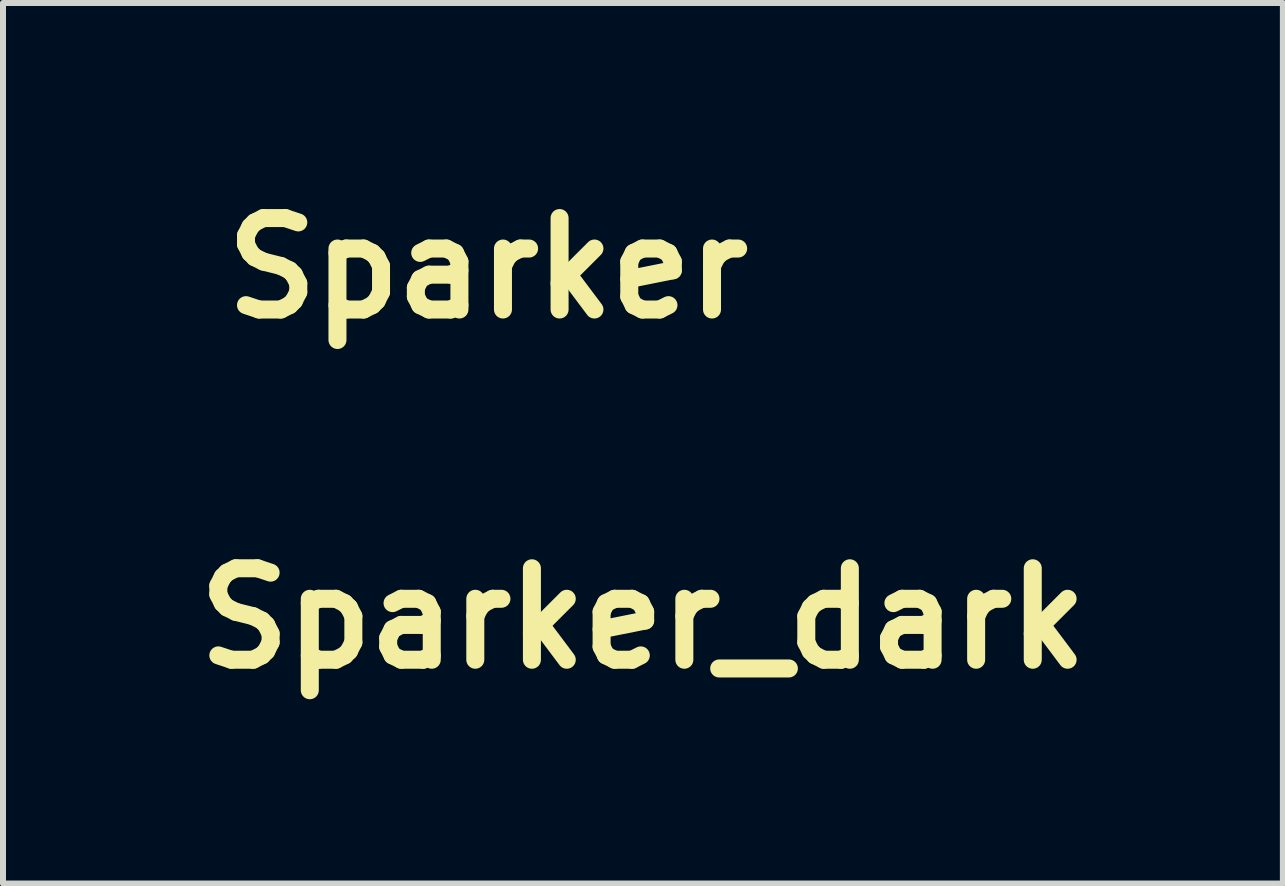
<source format=kicad_pcb>
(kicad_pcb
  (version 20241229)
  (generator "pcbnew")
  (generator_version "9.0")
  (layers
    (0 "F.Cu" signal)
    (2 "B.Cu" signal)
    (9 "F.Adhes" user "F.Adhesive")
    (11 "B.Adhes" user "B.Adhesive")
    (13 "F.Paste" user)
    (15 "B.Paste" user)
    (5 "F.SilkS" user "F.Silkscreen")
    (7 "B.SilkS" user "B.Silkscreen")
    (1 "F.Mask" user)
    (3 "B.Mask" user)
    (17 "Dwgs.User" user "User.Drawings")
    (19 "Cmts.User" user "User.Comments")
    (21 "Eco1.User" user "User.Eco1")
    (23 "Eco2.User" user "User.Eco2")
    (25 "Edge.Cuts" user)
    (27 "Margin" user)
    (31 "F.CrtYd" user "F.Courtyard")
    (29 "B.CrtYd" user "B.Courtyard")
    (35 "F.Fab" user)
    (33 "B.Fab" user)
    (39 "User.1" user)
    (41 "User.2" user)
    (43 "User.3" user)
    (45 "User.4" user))
  (footprint "Sparker"
    (layer "F.Cu")
    (at 5.077 1.418)
    (property "Reference" "Sparker" (at 0 0 0) (layer "F.SilkS") (effects (font (size 1.524 1.524) (thickness 0.3))))
    (attr through_hole)
    (fp_poly (pts (xy 3.403 -0.834) (xy 3.587 -0.8) (xy 3.641 -0.762) (xy 3.565 -0.714) (xy 3.37 -0.683) (xy 3.217 -0.677) (xy 2.967 -0.672) (xy 2.842 -0.638) (xy 2.799 -0.549) (xy 2.794 -0.423) (xy 2.807 -0.26) (xy 2.88 -0.188) (xy 3.06 -0.17) (xy 3.133 -0.169) (xy 3.345 -0.151) (xy 3.463 -0.104) (xy 3.471 -0.085) (xy 3.396 -0.032) (xy 3.209 -0.002) (xy 3.133 0) (xy 2.916 0.009) (xy 2.819 0.064) (xy 2.795 0.209) (xy 2.794 0.296) (xy 2.794 0.593) (xy 3.26 0.593) (xy 3.515 0.607) (xy 3.684 0.642) (xy 3.725 0.677) (xy 3.648 0.722) (xy 3.442 0.752) (xy 3.175 0.762) (xy 2.625 0.762) (xy 2.625 -0.847) (xy 3.133 -0.847) (xy 3.403 -0.834)) (stroke (width 0.01) (type solid)) (fill no) (layer "Eco2.User"))
    (fp_poly (pts (xy -2.774 -0.799) (xy -2.526 -0.671) (xy -2.387 -0.491) (xy -2.371 -0.4) (xy -2.448 -0.172) (xy -2.651 0.018) (xy -2.936 0.132) (xy -2.968 0.138) (xy -3.183 0.184) (xy -3.278 0.264) (xy -3.302 0.426) (xy -3.302 0.476) (xy -3.324 0.668) (xy -3.378 0.76) (xy -3.387 0.762) (xy -3.427 0.682) (xy -3.455 0.458) (xy -3.47 0.118) (xy -3.471 -0.042) (xy -3.471 -0.344) (xy -3.302 -0.344) (xy -3.292 -0.124) (xy -3.239 -0.026) (xy -3.11 -0.001) (xy -3.058 0) (xy -2.845 -0.04) (xy -2.713 -0.122) (xy -2.643 -0.3) (xy -2.639 -0.44) (xy -2.692 -0.576) (xy -2.832 -0.641) (xy -2.985 -0.661) (xy -3.302 -0.688) (xy -3.302 -0.344) (xy -3.471 -0.344) (xy -3.471 -0.847) (xy -3.09 -0.847) (xy -2.774 -0.799)) (stroke (width 0.01) (type solid)) (fill no) (layer "Eco2.User"))
    (fp_poly (pts (xy -4.239 -0.81) (xy -4.198 -0.795) (xy -4.073 -0.723) (xy -4.108 -0.67) (xy -4.297 -0.64) (xy -4.464 -0.635) (xy -4.723 -0.62) (xy -4.854 -0.567) (xy -4.894 -0.488) (xy -4.862 -0.378) (xy -4.708 -0.26) (xy -4.451 -0.133) (xy -4.179 -0.001) (xy -4.035 0.111) (xy -3.982 0.232) (xy -3.979 0.281) (xy -4.026 0.482) (xy -4.099 0.586) (xy -4.287 0.671) (xy -4.558 0.722) (xy -4.827 0.726) (xy -4.932 0.707) (xy -5.072 0.644) (xy -5.065 0.591) (xy -4.934 0.562) (xy -4.717 0.57) (xy -4.445 0.577) (xy -4.281 0.514) (xy -4.238 0.471) (xy -4.174 0.362) (xy -4.202 0.263) (xy -4.341 0.152) (xy -4.613 0.003) (xy -4.662 -0.022) (xy -4.942 -0.209) (xy -5.064 -0.401) (xy -5.024 -0.588) (xy -4.897 -0.711) (xy -4.58 -0.836) (xy -4.239 -0.81)) (stroke (width 0.01) (type solid)) (fill no) (layer "Eco2.User"))
    (fp_poly (pts (xy 2.066 -0.793) (xy 1.978 -0.661) (xy 1.938 -0.614) (xy 1.715 -0.363) (xy 1.599 -0.192) (xy 1.585 -0.053) (xy 1.67 0.103) (xy 1.85 0.324) (xy 1.861 0.337) (xy 2.053 0.587) (xy 2.127 0.724) (xy 2.092 0.747) (xy 1.959 0.653) (xy 1.738 0.439) (xy 1.684 0.381) (xy 1.488 0.18) (xy 1.331 0.042) (xy 1.259 0) (xy 1.215 0.076) (xy 1.189 0.267) (xy 1.185 0.381) (xy 1.169 0.608) (xy 1.126 0.745) (xy 1.101 0.762) (xy 1.061 0.682) (xy 1.032 0.458) (xy 1.017 0.118) (xy 1.016 -0.042) (xy 1.024 -0.422) (xy 1.048 -0.694) (xy 1.084 -0.834) (xy 1.101 -0.847) (xy 1.151 -0.771) (xy 1.181 -0.58) (xy 1.185 -0.466) (xy 1.196 -0.238) (xy 1.222 -0.102) (xy 1.238 -0.085) (xy 1.318 -0.143) (xy 1.471 -0.295) (xy 1.626 -0.466) (xy 1.82 -0.669) (xy 1.979 -0.807) (xy 2.055 -0.847) (xy 2.066 -0.793)) (stroke (width 0.01) (type solid)) (fill no) (layer "Eco2.User"))
    (fp_poly (pts (xy -1.402 -0.775) (xy -1.299 -0.592) (xy -1.255 -0.487) (xy -1.141 -0.189) (xy -1.005 0.158) (xy -0.942 0.318) (xy -0.847 0.577) (xy -0.824 0.716) (xy -0.868 0.761) (xy -0.881 0.762) (xy -0.987 0.69) (xy -1.051 0.55) (xy -1.102 0.422) (xy -1.203 0.36) (xy -1.405 0.34) (xy -1.516 0.339) (xy -1.769 0.348) (xy -1.902 0.392) (xy -1.966 0.493) (xy -1.982 0.55) (xy -2.053 0.709) (xy -2.127 0.762) (xy -2.186 0.703) (xy -2.177 0.656) (xy -2.127 0.533) (xy -2.033 0.296) (xy -1.953 0.092) (xy -1.759 0.092) (xy -1.673 0.156) (xy -1.486 0.169) (xy -1.194 0.169) (xy -1.306 -0.106) (xy -1.395 -0.331) (xy -1.459 -0.501) (xy -1.461 -0.508) (xy -1.517 -0.535) (xy -1.607 -0.397) (xy -1.642 -0.32) (xy -1.745 -0.056) (xy -1.759 0.092) (xy -1.953 0.092) (xy -1.911 -0.014) (xy -1.858 -0.148) (xy -1.725 -0.459) (xy -1.603 -0.699) (xy -1.512 -0.832) (xy -1.487 -0.847) (xy -1.402 -0.775)) (stroke (width 0.01) (type solid)) (fill no) (layer "Eco2.User"))
    (fp_poly (pts (xy 4.704 -0.822) (xy 4.908 -0.763) (xy 4.916 -0.759) (xy 5.046 -0.605) (xy 5.074 -0.379) (xy 4.997 -0.147) (xy 4.942 -0.072) (xy 4.865 0.034) (xy 4.869 0.137) (xy 4.966 0.293) (xy 5.035 0.385) (xy 5.183 0.61) (xy 5.215 0.725) (xy 5.146 0.726) (xy 4.994 0.607) (xy 4.84 0.443) (xy 4.607 0.198) (xy 4.45 0.099) (xy 4.357 0.146) (xy 4.32 0.338) (xy 4.318 0.423) (xy 4.299 0.635) (xy 4.252 0.753) (xy 4.233 0.762) (xy 4.193 0.682) (xy 4.165 0.458) (xy 4.15 0.118) (xy 4.149 -0.042) (xy 4.149 -0.375) (xy 4.318 -0.375) (xy 4.33 -0.176) (xy 4.392 -0.099) (xy 4.541 -0.1) (xy 4.542 -0.1) (xy 4.743 -0.169) (xy 4.852 -0.264) (xy 4.906 -0.464) (xy 4.814 -0.613) (xy 4.598 -0.677) (xy 4.575 -0.677) (xy 4.403 -0.662) (xy 4.332 -0.58) (xy 4.318 -0.382) (xy 4.318 -0.375) (xy 4.149 -0.375) (xy 4.149 -0.847) (xy 4.451 -0.847) (xy 4.704 -0.822)) (stroke (width 0.01) (type solid)) (fill no) (layer "Eco2.User"))
    (fp_poly (pts (xy 0.1 -0.825) (xy 0.314 -0.773) (xy 0.344 -0.759) (xy 0.477 -0.605) (xy 0.497 -0.39) (xy 0.405 -0.176) (xy 0.343 -0.111) (xy 0.25 -0.019) (xy 0.237 0.067) (xy 0.314 0.198) (xy 0.428 0.345) (xy 0.6 0.573) (xy 0.667 0.701) (xy 0.637 0.753) (xy 0.572 0.759) (xy 0.465 0.692) (xy 0.313 0.527) (xy 0.234 0.42) (xy 0.043 0.198) (xy -0.131 0.09) (xy -0.169 0.085) (xy -0.28 0.113) (xy -0.329 0.227) (xy -0.339 0.423) (xy -0.357 0.635) (xy -0.404 0.753) (xy -0.423 0.762) (xy -0.463 0.682) (xy -0.492 0.458) (xy -0.507 0.118) (xy -0.508 -0.042) (xy -0.508 -0.376) (xy -0.339 -0.376) (xy -0.327 -0.176) (xy -0.263 -0.099) (xy -0.101 -0.098) (xy -0.072 -0.1) (xy 0.143 -0.16) (xy 0.28 -0.264) (xy 0.337 -0.463) (xy 0.245 -0.608) (xy 0.022 -0.675) (xy -0.04 -0.677) (xy -0.239 -0.665) (xy -0.321 -0.593) (xy -0.339 -0.41) (xy -0.339 -0.376) (xy -0.508 -0.376) (xy -0.508 -0.847) (xy -0.164 -0.847) (xy 0.1 -0.825)) (stroke (width 0.01) (type solid)) (fill no) (layer "Eco2.User")))
  (footprint "Sparker_dark"
    (layer "F.Cu")
    (at 7.664 7.254)
    (property "Reference" "Sparker_dark" (at 0 0 0) (layer "F.SilkS") (effects (font (size 1.524 1.524) (thickness 0.3))))
    (attr through_hole)
    (fp_poly (pts (xy -2.808 -0.64) (xy -2.656 -0.521) (xy -2.625 -0.375) (xy -2.7 -0.172) (xy -2.901 -0.037) (xy -3.127 0) (xy -3.241 -0.027) (xy -3.292 -0.136) (xy -3.302 -0.339) (xy -3.29 -0.557) (xy -3.235 -0.654) (xy -3.109 -0.677) (xy -3.097 -0.677) (xy -2.808 -0.64)) (stroke (width 0.01) (type solid)) (fill no) (layer "Eco2.User"))
    (fp_poly (pts (xy -1.406 -0.317) (xy -1.372 -0.227) (xy -1.294 0.008) (xy -1.293 0.125) (xy -1.385 0.165) (xy -1.533 0.169) (xy -1.712 0.151) (xy -1.757 0.081) (xy -1.744 0.034) (xy -1.682 -0.155) (xy -1.641 -0.304) (xy -1.575 -0.473) (xy -1.498 -0.478) (xy -1.406 -0.317)) (stroke (width 0.01) (type solid)) (fill no) (layer "Eco2.User"))
    (fp_poly (pts (xy 0.145 -0.629) (xy 0.299 -0.513) (xy 0.339 -0.412) (xy 0.27 -0.281) (xy 0.111 -0.154) (xy -0.065 -0.086) (xy -0.091 -0.085) (xy -0.204 -0.12) (xy -0.249 -0.256) (xy -0.254 -0.381) (xy -0.237 -0.582) (xy -0.166 -0.665) (xy -0.059 -0.677) (xy 0.145 -0.629)) (stroke (width 0.01) (type solid)) (fill no) (layer "Eco2.User"))
    (fp_poly (pts (xy 4.786 -0.615) (xy 4.903 -0.45) (xy 4.911 -0.38) (xy 4.843 -0.274) (xy 4.69 -0.16) (xy 4.524 -0.09) (xy 4.481 -0.085) (xy 4.368 -0.12) (xy 4.323 -0.256) (xy 4.318 -0.381) (xy 4.332 -0.58) (xy 4.404 -0.662) (xy 4.563 -0.677) (xy 4.786 -0.615)) (stroke (width 0.01) (type solid)) (fill no) (layer "Eco2.User"))
    (fp_poly (pts (xy 6.011 1.355) (xy -6.011 1.355) (xy -6.011 0.596) (xy -5.08 0.596) (xy -5.007 0.692) (xy -4.824 0.744) (xy -4.584 0.75) (xy -4.342 0.709) (xy -4.168 0.63) (xy -4.029 0.461) (xy -3.981 0.252) (xy -4.035 0.073) (xy -4.085 0.026) (xy -4.228 -0.046) (xy -4.454 -0.142) (xy -4.53 -0.172) (xy -4.773 -0.298) (xy -4.866 -0.439) (xy -4.868 -0.468) (xy -4.845 -0.57) (xy -4.746 -0.618) (xy -4.531 -0.63) (xy -4.464 -0.63) (xy -4.205 -0.65) (xy -4.095 -0.704) (xy -4.139 -0.769) (xy -4.342 -0.821) (xy -4.427 -0.83) (xy -4.775 -0.815) (xy -4.989 -0.698) (xy -5.067 -0.48) (xy -5.064 -0.398) (xy -5.023 -0.219) (xy -4.912 -0.103) (xy -4.684 -0.001) (xy -4.679 0.001) (xy -4.366 0.134) (xy -4.205 0.254) (xy -4.182 0.377) (xy -4.238 0.471) (xy -4.375 0.562) (xy -4.6 0.58) (xy -4.717 0.57) (xy -4.937 0.559) (xy -5.066 0.579) (xy -5.08 0.596) (xy -6.011 0.596) (xy -6.011 -0.847) (xy -3.556 -0.847) (xy -3.556 -0.042) (xy -3.551 0.341) (xy -3.535 0.584) (xy -3.502 0.714) (xy -3.447 0.76) (xy -3.429 0.762) (xy -3.398 0.741) (xy -2.177 0.741) (xy -2.117 0.75) (xy -2.022 0.655) (xy -1.963 0.55) (xy -1.873 0.414) (xy -1.731 0.353) (xy -1.493 0.339) (xy -1.254 0.351) (xy -1.131 0.405) (xy -1.072 0.528) (xy -1.066 0.55) (xy -0.98 0.709) (xy -0.878 0.762) (xy -0.784 0.711) (xy -0.787 0.656) (xy -0.836 0.533) (xy -0.93 0.296) (xy -1.052 -0.014) (xy -1.107 -0.152) (xy -1.271 -0.534) (xy -1.401 -0.758) (xy -1.5 -0.83) (xy -1.507 -0.829) (xy -1.589 -0.743) (xy -1.709 -0.53) (xy -1.85 -0.225) (xy -1.998 0.138) (xy -2.136 0.524) (xy -2.165 0.614) (xy -2.177 0.741) (xy -3.398 0.741) (xy -3.335 0.698) (xy -3.302 0.493) (xy -3.302 0.466) (xy -3.287 0.266) (xy -3.216 0.185) (xy -3.059 0.169) (xy -2.805 0.112) (xy -2.57 -0.032) (xy -2.41 -0.221) (xy -2.371 -0.359) (xy -2.439 -0.614) (xy -2.645 -0.775) (xy -2.992 -0.844) (xy -3.103 -0.847) (xy -0.508 -0.847) (xy -0.508 -0.042) (xy -0.503 0.341) (xy -0.487 0.584) (xy -0.454 0.714) (xy -0.399 0.76) (xy -0.381 0.762) (xy -0.293 0.706) (xy -0.256 0.521) (xy -0.254 0.423) (xy -0.229 0.177) (xy -0.151 0.086) (xy -0.139 0.085) (xy -0.026 0.149) (xy 0.129 0.314) (xy 0.212 0.423) (xy 0.395 0.639) (xy 0.564 0.753) (xy 0.611 0.762) (xy 0.696 0.747) (xy 0.694 0.682) (xy 0.596 0.536) (xy 0.505 0.42) (xy 0.35 0.214) (xy 0.292 0.087) (xy 0.317 -0.007) (xy 0.346 -0.042) (xy 1.016 -0.042) (xy 1.021 0.341) (xy 1.037 0.584) (xy 1.07 0.714) (xy 1.125 0.76) (xy 1.143 0.762) (xy 1.225 0.714) (xy 1.264 0.549) (xy 1.272 0.36) (xy 1.273 -0.042) (xy 1.636 0.372) (xy 1.845 0.586) (xy 2.02 0.72) (xy 2.116 0.748) (xy 2.144 0.68) (xy 2.052 0.526) (xy 1.871 0.315) (xy 1.508 -0.079) (xy 1.822 -0.463) (xy 1.99 -0.693) (xy 2.039 -0.818) (xy 1.987 -0.835) (xy 1.849 -0.744) (xy 1.643 -0.542) (xy 1.593 -0.487) (xy 1.277 -0.127) (xy 1.274 -0.487) (xy 1.252 -0.731) (xy 1.187 -0.837) (xy 1.143 -0.847) (xy 2.625 -0.847) (xy 2.625 0.762) (xy 3.175 0.762) (xy 3.463 0.75) (xy 3.659 0.718) (xy 3.725 0.677) (xy 3.649 0.631) (xy 3.451 0.6) (xy 3.26 0.593) (xy 2.794 0.593) (xy 2.794 0.296) (xy 2.802 0.114) (xy 2.857 0.028) (xy 3.005 0.002) (xy 3.175 0) (xy 3.402 -0.017) (xy 3.539 -0.059) (xy 3.556 -0.085) (xy 3.48 -0.135) (xy 3.289 -0.165) (xy 3.175 -0.169) (xy 2.941 -0.177) (xy 2.83 -0.219) (xy 2.796 -0.328) (xy 2.794 -0.423) (xy 2.803 -0.574) (xy 2.86 -0.649) (xy 3.008 -0.674) (xy 3.217 -0.677) (xy 3.459 -0.693) (xy 3.612 -0.732) (xy 3.641 -0.762) (xy 3.564 -0.807) (xy 3.362 -0.838) (xy 3.133 -0.847) (xy 4.064 -0.847) (xy 4.064 -0.042) (xy 4.069 0.341) (xy 4.085 0.584) (xy 4.118 0.714) (xy 4.173 0.76) (xy 4.191 0.762) (xy 4.279 0.706) (xy 4.316 0.521) (xy 4.318 0.423) (xy 4.348 0.178) (xy 4.435 0.09) (xy 4.579 0.161) (xy 4.777 0.39) (xy 4.799 0.422) (xy 4.968 0.62) (xy 5.127 0.742) (xy 5.186 0.76) (xy 5.259 0.741) (xy 5.245 0.659) (xy 5.135 0.486) (xy 5.082 0.413) (xy 4.83 0.064) (xy 4.997 -0.149) (xy 5.133 -0.356) (xy 5.145 -0.513) (xy 5.036 -0.679) (xy 5.025 -0.692) (xy 4.844 -0.803) (xy 4.549 -0.846) (xy 4.474 -0.847) (xy 4.064 -0.847) (xy 3.133 -0.847) (xy 2.625 -0.847) (xy 1.143 -0.847) (xy 1.082 -0.818) (xy 1.044 -0.713) (xy 1.024 -0.502) (xy 1.016 -0.159) (xy 1.016 -0.042) (xy 0.346 -0.042) (xy 0.371 -0.074) (xy 0.486 -0.291) (xy 0.496 -0.526) (xy 0.404 -0.715) (xy 0.344 -0.759) (xy 0.154 -0.816) (xy -0.107 -0.846) (xy -0.164 -0.847) (xy -0.508 -0.847) (xy -3.103 -0.847) (xy -3.556 -0.847) (xy -6.011 -0.847) (xy -6.011 -1.355) (xy 6.011 -1.355) (xy 6.011 1.355)) (stroke (width 0.01) (type solid)) (fill no) (layer "Eco2.User")))
  (gr_rect
    (start -3 -3)
    (end 18.327 11.672)
    (stroke (width 0.1) (type default))
    (fill no)
    (layer "Edge.Cuts")))
</source>
